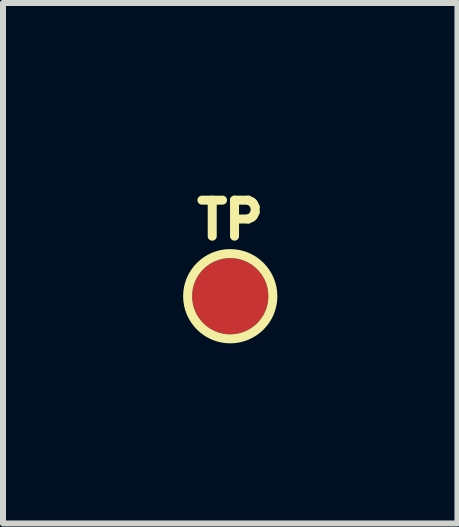
<source format=kicad_pcb>
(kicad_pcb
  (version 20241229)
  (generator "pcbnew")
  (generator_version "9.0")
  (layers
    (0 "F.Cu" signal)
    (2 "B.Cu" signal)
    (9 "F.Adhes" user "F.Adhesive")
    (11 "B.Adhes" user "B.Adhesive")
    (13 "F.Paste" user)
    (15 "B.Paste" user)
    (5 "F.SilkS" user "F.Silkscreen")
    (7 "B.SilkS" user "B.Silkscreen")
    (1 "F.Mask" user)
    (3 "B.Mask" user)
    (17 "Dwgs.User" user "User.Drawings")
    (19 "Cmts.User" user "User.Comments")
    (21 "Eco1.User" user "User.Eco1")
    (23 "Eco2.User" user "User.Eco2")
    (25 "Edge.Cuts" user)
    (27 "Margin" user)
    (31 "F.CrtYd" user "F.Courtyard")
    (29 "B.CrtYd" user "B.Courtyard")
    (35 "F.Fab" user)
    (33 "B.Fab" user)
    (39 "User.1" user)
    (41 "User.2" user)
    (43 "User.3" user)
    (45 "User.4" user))
  (footprint "TP"
    (layer "F.Cu")
    (at 0.785 1.884)
    (property "Reference" "TP" (at 0 -1.27 0) (layer "F.SilkS") (effects (font (size 0.6 0.6) (thickness 0.15))))
    (attr through_hole)
    (fp_circle (center 0 0) (end 0 0.71) (stroke (width 0.15) (type solid)) (fill no) (layer "F.SilkS"))
    (pad "1" smd circle (at 0 0) (size 1.27 1.27) (layers "F.Cu" "F.Mask" "F.Paste")))
  (gr_rect
    (start -3 -3)
    (end 4.57 5.669)
    (stroke (width 0.1) (type default))
    (fill no)
    (layer "Edge.Cuts")))
</source>
